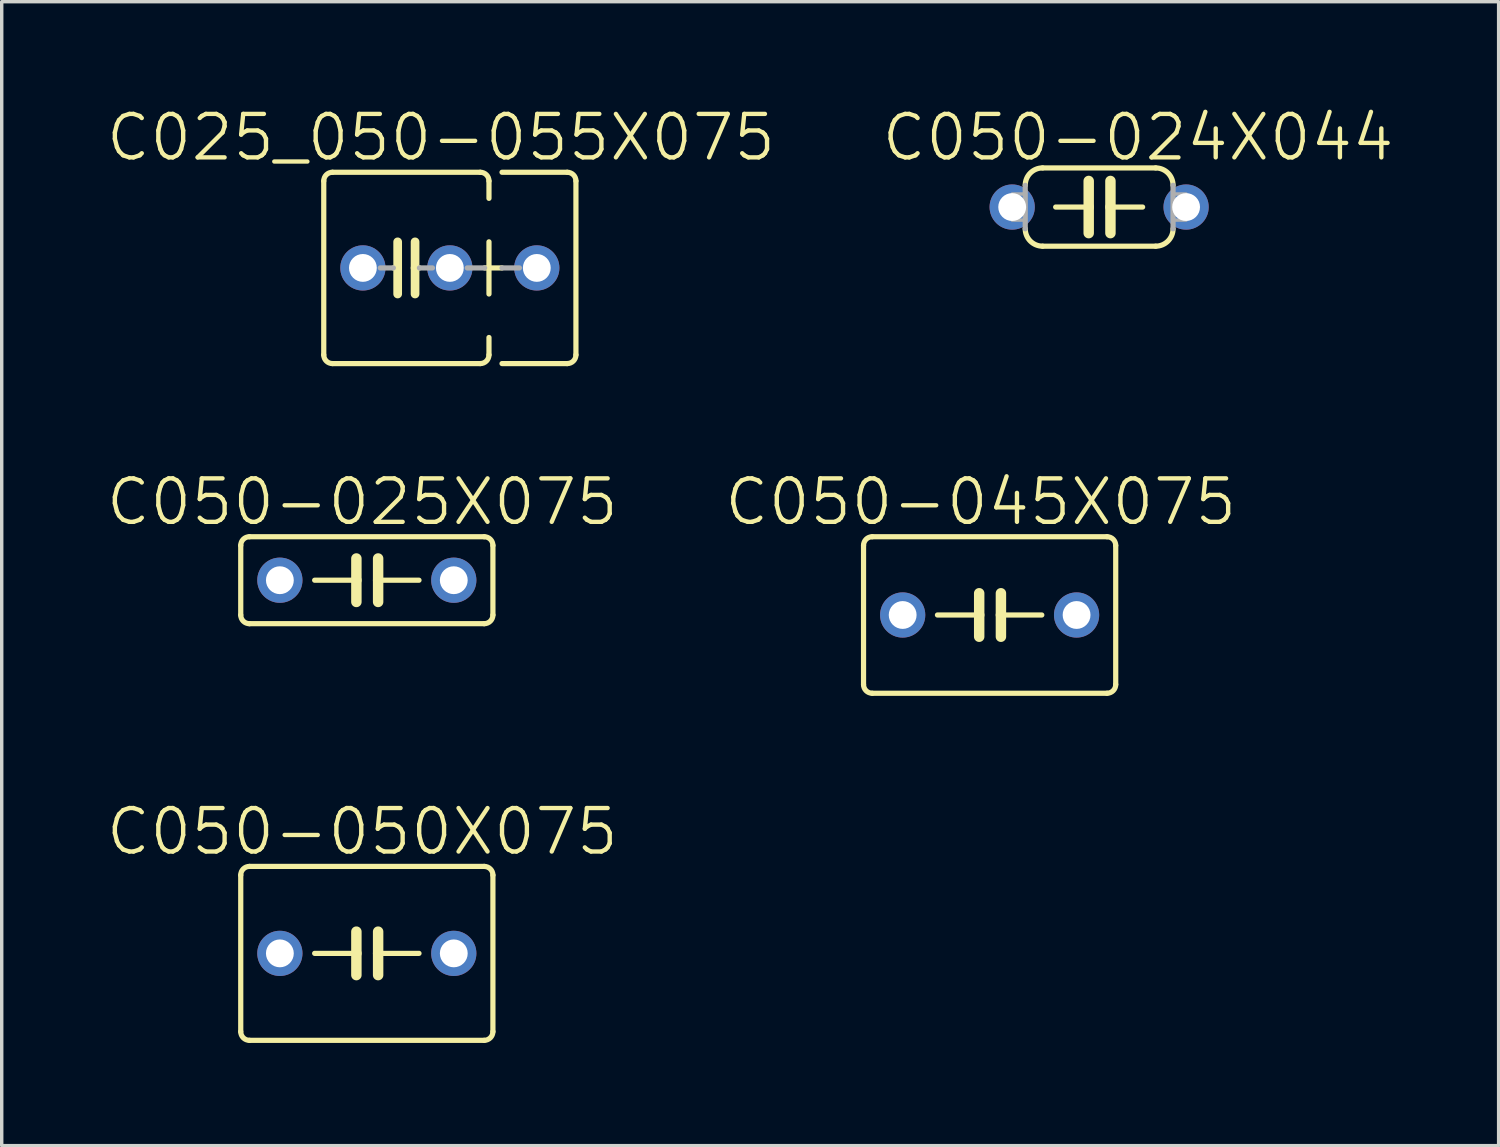
<source format=kicad_pcb>
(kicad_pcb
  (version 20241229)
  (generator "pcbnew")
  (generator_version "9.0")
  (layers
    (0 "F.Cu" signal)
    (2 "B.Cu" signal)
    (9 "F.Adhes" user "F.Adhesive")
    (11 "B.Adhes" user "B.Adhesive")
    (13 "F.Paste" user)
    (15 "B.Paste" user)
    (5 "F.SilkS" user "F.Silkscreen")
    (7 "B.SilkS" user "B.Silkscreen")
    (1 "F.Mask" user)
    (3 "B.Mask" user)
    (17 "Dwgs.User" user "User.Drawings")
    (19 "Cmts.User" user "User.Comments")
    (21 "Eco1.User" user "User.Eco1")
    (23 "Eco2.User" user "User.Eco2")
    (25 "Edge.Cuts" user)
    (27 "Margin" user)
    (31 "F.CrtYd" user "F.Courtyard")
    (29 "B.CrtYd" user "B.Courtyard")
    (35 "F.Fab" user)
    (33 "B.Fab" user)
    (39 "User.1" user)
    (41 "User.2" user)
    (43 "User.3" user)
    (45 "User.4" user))
  (footprint "C025_050-055X075"
    (layer "F.Cu")
    (at 8.82 4.776)
    (property "Reference" "C025_050-055X075" (at 1.01 -3.81 0) (layer "F.SilkS") (effects (font (size 1.27 1.27) (thickness 0.127))))
    (attr through_hole)
    (fp_line (start -2.413 -2.54) (end -2.413 2.54) (stroke (width 0.152) (type solid)) (layer "F.SilkS"))
    (fp_line (start -2.159 -2.794) (end 2.159 -2.794) (stroke (width 0.152) (type solid)) (layer "F.SilkS"))
    (fp_line (start -0.254 -0.762) (end -0.254 0) (stroke (width 0.254) (type solid)) (layer "F.SilkS"))
    (fp_line (start -0.254 0) (end -0.381 0) (stroke (width 0.152) (type solid)) (layer "F.SilkS"))
    (fp_line (start -0.254 0) (end -0.254 0.762) (stroke (width 0.254) (type solid)) (layer "F.SilkS"))
    (fp_line (start 0.254 0) (end 0.254 -0.762) (stroke (width 0.254) (type solid)) (layer "F.SilkS"))
    (fp_line (start 0.254 0) (end 0.254 0.762) (stroke (width 0.254) (type solid)) (layer "F.SilkS"))
    (fp_line (start 0.381 0) (end 0.254 0) (stroke (width 0.152) (type solid)) (layer "F.SilkS"))
    (fp_line (start 2.159 2.794) (end -2.159 2.794) (stroke (width 0.152) (type solid)) (layer "F.SilkS"))
    (fp_line (start 2.286 0) (end 2.794 0) (stroke (width 0.152) (type solid)) (layer "F.SilkS"))
    (fp_line (start 2.413 -2.54) (end 2.413 -2.032) (stroke (width 0.152) (type solid)) (layer "F.SilkS"))
    (fp_line (start 2.413 -0.762) (end 2.413 0.762) (stroke (width 0.152) (type solid)) (layer "F.SilkS"))
    (fp_line (start 2.413 2.032) (end 2.413 2.54) (stroke (width 0.152) (type solid)) (layer "F.SilkS"))
    (fp_line (start 2.794 -2.794) (end 4.699 -2.794) (stroke (width 0.152) (type solid)) (layer "F.SilkS"))
    (fp_line (start 4.699 2.794) (end 2.794 2.794) (stroke (width 0.152) (type solid)) (layer "F.SilkS"))
    (fp_line (start 4.953 -2.54) (end 4.953 2.54) (stroke (width 0.152) (type solid)) (layer "F.SilkS"))
    (fp_arc (start -2.413 -2.54) (mid -2.338605 -2.719605) (end -2.159 -2.794) (stroke (width 0.1524) (type solid)) (layer "F.SilkS"))
    (fp_arc (start -2.159 2.794) (mid -2.338605 2.719605) (end -2.413 2.54) (stroke (width 0.1524) (type solid)) (layer "F.SilkS"))
    (fp_arc (start 2.159 -2.794) (mid 2.338605 -2.719605) (end 2.413 -2.54) (stroke (width 0.1524) (type solid)) (layer "F.SilkS"))
    (fp_arc (start 2.413 2.54) (mid 2.338605 2.719605) (end 2.159 2.794) (stroke (width 0.1524) (type solid)) (layer "F.SilkS"))
    (fp_arc (start 4.699 -2.794) (mid 4.878605 -2.719605) (end 4.953 -2.54) (stroke (width 0.1524) (type solid)) (layer "F.SilkS"))
    (fp_arc (start 4.953 2.54) (mid 4.878605 2.719605) (end 4.699 2.794) (stroke (width 0.1524) (type solid)) (layer "F.SilkS"))
    (fp_line (start -0.381 0) (end -0.762 0) (stroke (width 0.152) (type solid)) (layer "F.Fab"))
    (fp_line (start 0.381 0) (end 0.762 0) (stroke (width 0.152) (type solid)) (layer "F.Fab"))
    (fp_line (start 1.778 0) (end 2.286 0) (stroke (width 0.152) (type solid)) (layer "F.Fab"))
    (fp_line (start 2.794 0) (end 3.302 0) (stroke (width 0.152) (type solid)) (layer "F.Fab"))
    (pad "1" thru_hole circle (at -1.27 0) (size 1.321 1.321) (drill 0.813) (layers "*.Cu" "*.Mask"))
    (pad "2" thru_hole circle (at 1.27 0) (size 1.321 1.321) (drill 0.813) (layers "*.Cu" "*.Mask"))
    (pad "3" thru_hole circle (at 3.81 0) (size 1.321 1.321) (drill 0.813) (layers "*.Cu" "*.Mask")))
  (footprint "C050-025X075"
    (layer "F.Cu")
    (at 7.665 13.898)
    (property "Reference" "C050-025X075" (at -0.133 -2.286 0) (layer "F.SilkS") (effects (font (size 1.27 1.27) (thickness 0.127))))
    (attr through_hole)
    (fp_line (start -3.683 -1.016) (end -3.683 1.016) (stroke (width 0.152) (type solid)) (layer "F.SilkS"))
    (fp_line (start -3.429 1.27) (end 3.429 1.27) (stroke (width 0.152) (type solid)) (layer "F.SilkS"))
    (fp_line (start -0.305 -0.635) (end -0.305 0) (stroke (width 0.305) (type solid)) (layer "F.SilkS"))
    (fp_line (start -0.305 0) (end -1.524 0) (stroke (width 0.152) (type solid)) (layer "F.SilkS"))
    (fp_line (start -0.305 0) (end -0.305 0.635) (stroke (width 0.305) (type solid)) (layer "F.SilkS"))
    (fp_line (start 0.33 -0.635) (end 0.33 0) (stroke (width 0.305) (type solid)) (layer "F.SilkS"))
    (fp_line (start 0.33 0) (end 0.33 0.635) (stroke (width 0.305) (type solid)) (layer "F.SilkS"))
    (fp_line (start 0.33 0) (end 1.524 0) (stroke (width 0.152) (type solid)) (layer "F.SilkS"))
    (fp_line (start 3.429 -1.27) (end -3.429 -1.27) (stroke (width 0.152) (type solid)) (layer "F.SilkS"))
    (fp_line (start 3.683 1.016) (end 3.683 -1.016) (stroke (width 0.152) (type solid)) (layer "F.SilkS"))
    (fp_arc (start -3.683 -1.016) (mid -3.608605 -1.195605) (end -3.429 -1.27) (stroke (width 0.1524) (type solid)) (layer "F.SilkS"))
    (fp_arc (start -3.429 1.27) (mid -3.608605 1.195605) (end -3.683 1.016) (stroke (width 0.1524) (type solid)) (layer "F.SilkS"))
    (fp_arc (start 3.429 -1.27) (mid 3.608605 -1.195605) (end 3.683 -1.016) (stroke (width 0.1524) (type solid)) (layer "F.SilkS"))
    (fp_arc (start 3.683 1.016) (mid 3.608605 1.195605) (end 3.429 1.27) (stroke (width 0.1524) (type solid)) (layer "F.SilkS"))
    (pad "1" thru_hole circle (at -2.54 0) (size 1.321 1.321) (drill 0.813) (layers "*.Cu" "*.Mask"))
    (pad "2" thru_hole circle (at 2.54 0) (size 1.321 1.321) (drill 0.813) (layers "*.Cu" "*.Mask")))
  (footprint "C050-045X075"
    (layer "F.Cu")
    (at 25.857 14.914)
    (property "Reference" "C050-045X075" (at -0.26 -3.302 0) (layer "F.SilkS") (effects (font (size 1.27 1.27) (thickness 0.127))))
    (attr through_hole)
    (fp_line (start -3.683 -2.032) (end -3.683 2.032) (stroke (width 0.152) (type solid)) (layer "F.SilkS"))
    (fp_line (start -3.429 2.286) (end 3.429 2.286) (stroke (width 0.152) (type solid)) (layer "F.SilkS"))
    (fp_line (start -0.305 -0.635) (end -0.305 0) (stroke (width 0.305) (type solid)) (layer "F.SilkS"))
    (fp_line (start -0.305 0) (end -1.524 0) (stroke (width 0.152) (type solid)) (layer "F.SilkS"))
    (fp_line (start -0.305 0) (end -0.305 0.635) (stroke (width 0.305) (type solid)) (layer "F.SilkS"))
    (fp_line (start 0.33 -0.635) (end 0.33 0) (stroke (width 0.305) (type solid)) (layer "F.SilkS"))
    (fp_line (start 0.33 0) (end 0.33 0.635) (stroke (width 0.305) (type solid)) (layer "F.SilkS"))
    (fp_line (start 0.33 0) (end 1.524 0) (stroke (width 0.152) (type solid)) (layer "F.SilkS"))
    (fp_line (start 3.429 -2.286) (end -3.429 -2.286) (stroke (width 0.152) (type solid)) (layer "F.SilkS"))
    (fp_line (start 3.683 2.032) (end 3.683 -2.032) (stroke (width 0.152) (type solid)) (layer "F.SilkS"))
    (fp_arc (start -3.683 -2.032) (mid -3.608605 -2.211605) (end -3.429 -2.286) (stroke (width 0.1524) (type solid)) (layer "F.SilkS"))
    (fp_arc (start -3.429 2.286) (mid -3.608605 2.211605) (end -3.683 2.032) (stroke (width 0.1524) (type solid)) (layer "F.SilkS"))
    (fp_arc (start 3.429 -2.286) (mid 3.608605 -2.211605) (end 3.683 -2.032) (stroke (width 0.1524) (type solid)) (layer "F.SilkS"))
    (fp_arc (start 3.683 2.032) (mid 3.608605 2.211605) (end 3.429 2.286) (stroke (width 0.1524) (type solid)) (layer "F.SilkS"))
    (pad "1" thru_hole circle (at -2.54 0) (size 1.321 1.321) (drill 0.813) (layers "*.Cu" "*.Mask"))
    (pad "2" thru_hole circle (at 2.54 0) (size 1.321 1.321) (drill 0.813) (layers "*.Cu" "*.Mask")))
  (footprint "C050-050X075"
    (layer "F.Cu")
    (at 7.665 24.798)
    (property "Reference" "C050-050X075" (at -0.133 -3.556 0) (layer "F.SilkS") (effects (font (size 1.27 1.27) (thickness 0.127))))
    (attr through_hole)
    (fp_line (start -3.683 -2.286) (end -3.683 2.286) (stroke (width 0.152) (type solid)) (layer "F.SilkS"))
    (fp_line (start -3.429 2.54) (end 3.429 2.54) (stroke (width 0.152) (type solid)) (layer "F.SilkS"))
    (fp_line (start -0.305 -0.635) (end -0.305 0) (stroke (width 0.305) (type solid)) (layer "F.SilkS"))
    (fp_line (start -0.305 0) (end -1.524 0) (stroke (width 0.152) (type solid)) (layer "F.SilkS"))
    (fp_line (start -0.305 0) (end -0.305 0.635) (stroke (width 0.305) (type solid)) (layer "F.SilkS"))
    (fp_line (start 0.33 -0.635) (end 0.33 0) (stroke (width 0.305) (type solid)) (layer "F.SilkS"))
    (fp_line (start 0.33 0) (end 0.33 0.635) (stroke (width 0.305) (type solid)) (layer "F.SilkS"))
    (fp_line (start 0.33 0) (end 1.524 0) (stroke (width 0.152) (type solid)) (layer "F.SilkS"))
    (fp_line (start 3.429 -2.54) (end -3.429 -2.54) (stroke (width 0.152) (type solid)) (layer "F.SilkS"))
    (fp_line (start 3.683 2.286) (end 3.683 -2.286) (stroke (width 0.152) (type solid)) (layer "F.SilkS"))
    (fp_arc (start -3.683 -2.286) (mid -3.608605 -2.465605) (end -3.429 -2.54) (stroke (width 0.1524) (type solid)) (layer "F.SilkS"))
    (fp_arc (start -3.429 2.54) (mid -3.608605 2.465605) (end -3.683 2.286) (stroke (width 0.1524) (type solid)) (layer "F.SilkS"))
    (fp_arc (start 3.429 -2.54) (mid 3.608605 -2.465605) (end 3.683 -2.286) (stroke (width 0.1524) (type solid)) (layer "F.SilkS"))
    (fp_arc (start 3.683 2.286) (mid 3.608605 2.465605) (end 3.429 2.54) (stroke (width 0.1524) (type solid)) (layer "F.SilkS"))
    (pad "1" thru_hole circle (at -2.54 0) (size 1.321 1.321) (drill 0.813) (layers "*.Cu" "*.Mask"))
    (pad "2" thru_hole circle (at 2.54 0) (size 1.321 1.321) (drill 0.813) (layers "*.Cu" "*.Mask")))
  (footprint "C050-024X044"
    (layer "F.Cu")
    (at 29.056 2.998)
    (property "Reference" "C050-024X044" (at 1.137 -2.032 0) (layer "F.SilkS") (effects (font (size 1.27 1.27) (thickness 0.127))))
    (attr through_hole)
    (fp_line (start -1.27 0) (end -0.305 0) (stroke (width 0.152) (type solid)) (layer "F.SilkS"))
    (fp_line (start -0.305 -0.762) (end -0.305 0) (stroke (width 0.305) (type solid)) (layer "F.SilkS"))
    (fp_line (start -0.305 0) (end -0.305 0.762) (stroke (width 0.305) (type solid)) (layer "F.SilkS"))
    (fp_line (start 0.33 -0.762) (end 0.33 0) (stroke (width 0.305) (type solid)) (layer "F.SilkS"))
    (fp_line (start 0.33 0) (end 0.33 0.762) (stroke (width 0.305) (type solid)) (layer "F.SilkS"))
    (fp_line (start 1.27 0) (end 0.33 0) (stroke (width 0.152) (type solid)) (layer "F.SilkS"))
    (fp_line (start 1.651 -1.143) (end -1.651 -1.143) (stroke (width 0.152) (type solid)) (layer "F.SilkS"))
    (fp_line (start 1.651 1.143) (end -1.651 1.143) (stroke (width 0.152) (type solid)) (layer "F.SilkS"))
    (fp_arc (start -2.159 -0.635) (mid -2.01021 -0.99421) (end -1.651 -1.143) (stroke (width 0.1524) (type solid)) (layer "F.SilkS"))
    (fp_arc (start -1.651 1.143) (mid -2.01021 0.99421) (end -2.159 0.635) (stroke (width 0.1524) (type solid)) (layer "F.SilkS"))
    (fp_arc (start 1.651 -1.143) (mid 2.01021 -0.99421) (end 2.159 -0.635) (stroke (width 0.1524) (type solid)) (layer "F.SilkS"))
    (fp_arc (start 2.159 0.635) (mid 2.01021 0.99421) (end 1.651 1.143) (stroke (width 0.1524) (type solid)) (layer "F.SilkS"))
    (fp_line (start -2.159 0.635) (end -2.159 -0.635) (stroke (width 0.152) (type solid)) (layer "F.Fab"))
    (fp_line (start 2.159 0.635) (end 2.159 -0.635) (stroke (width 0.152) (type solid)) (layer "F.Fab"))
    (fp_poly (pts (xy -2.54 -0.381) (xy -2.159 -0.381) (xy -2.159 0.381) (xy -2.54 0.381)) (stroke (width 0.1) (type solid)) (fill no) (layer "F.Fab"))
    (fp_poly (pts (xy 2.159 -0.381) (xy 2.54 -0.381) (xy 2.54 0.381) (xy 2.159 0.381)) (stroke (width 0.1) (type solid)) (fill no) (layer "F.Fab"))
    (pad "1" thru_hole circle (at -2.54 0) (size 1.321 1.321) (drill 0.813) (layers "*.Cu" "*.Mask"))
    (pad "2" thru_hole circle (at 2.54 0) (size 1.321 1.321) (drill 0.813) (layers "*.Cu" "*.Mask")))
  (gr_rect
    (start -3 -3)
    (end 40.725 30.414)
    (stroke (width 0.1) (type default))
    (fill no)
    (layer "Edge.Cuts")))
</source>
